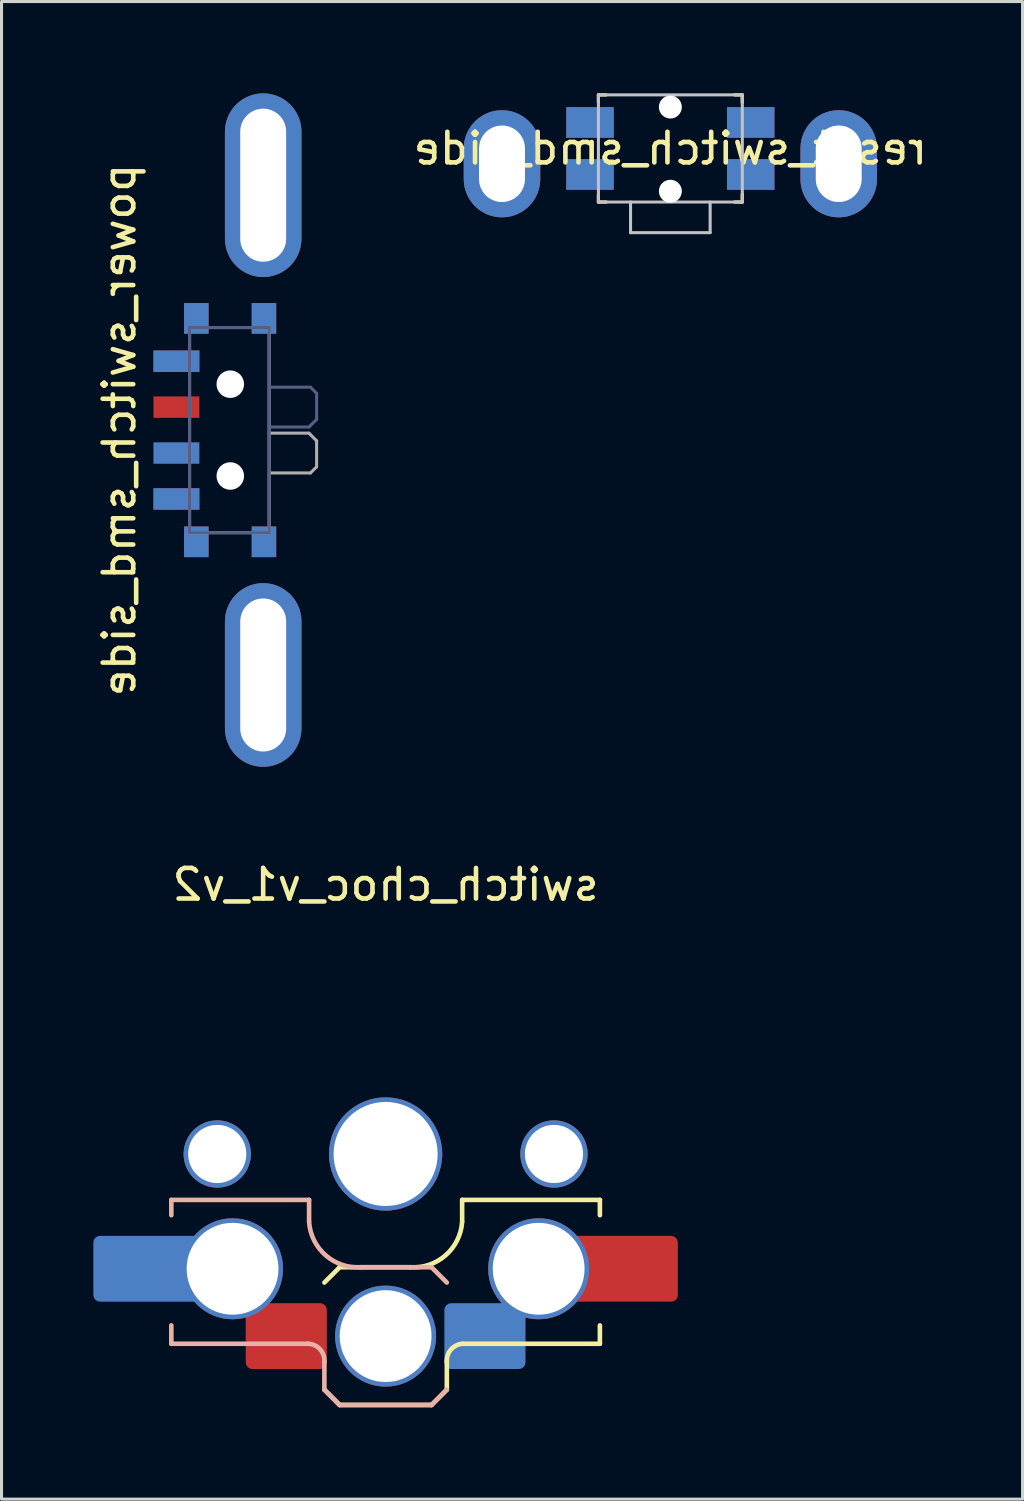
<source format=kicad_pcb>
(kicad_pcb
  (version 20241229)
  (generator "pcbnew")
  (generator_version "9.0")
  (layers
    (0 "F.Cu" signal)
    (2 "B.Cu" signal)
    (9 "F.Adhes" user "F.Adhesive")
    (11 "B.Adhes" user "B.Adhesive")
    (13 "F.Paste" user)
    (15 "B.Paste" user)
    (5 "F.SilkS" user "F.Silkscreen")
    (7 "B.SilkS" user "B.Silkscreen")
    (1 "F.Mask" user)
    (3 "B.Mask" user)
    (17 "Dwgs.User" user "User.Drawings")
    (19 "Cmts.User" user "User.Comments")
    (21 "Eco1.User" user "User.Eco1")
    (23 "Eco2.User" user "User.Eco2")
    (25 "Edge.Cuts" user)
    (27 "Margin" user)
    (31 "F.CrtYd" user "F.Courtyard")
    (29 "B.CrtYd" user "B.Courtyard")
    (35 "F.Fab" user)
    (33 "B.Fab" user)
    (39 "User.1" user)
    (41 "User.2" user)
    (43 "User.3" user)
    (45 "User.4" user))
  (footprint "power_switch_smd_side"
    (layer "F.Cu")
    (at 4.448 11)
    (property "Reference" "power_switch_smd_side" (at -3.6 0 90) (layer "F.SilkS") (effects (font (size 1 1) (thickness 0.15)) (justify mirror)))
    (attr smd exclude_from_pos_files exclude_from_bom)
    (fp_line (start -1.305 -3.35) (end -1.305 3.35) (stroke (width 0.1) (type solid)) (layer "B.Fab"))
    (fp_line (start -1.305 3.35) (end 1.295 3.35) (stroke (width 0.1) (type solid)) (layer "B.Fab"))
    (fp_line (start 1.295 -3.35) (end -1.305 -3.35) (stroke (width 0.1) (type solid)) (layer "B.Fab"))
    (fp_line (start 1.295 -0.1) (end 2.595 -0.1) (stroke (width 0.1) (type solid)) (layer "B.Fab"))
    (fp_line (start 1.295 3.35) (end 1.295 -3.35) (stroke (width 0.1) (type solid)) (layer "B.Fab"))
    (fp_line (start 2.595 -0.1) (end 2.645 -0.15) (stroke (width 0.1) (type solid)) (layer "B.Fab"))
    (fp_line (start 2.645 -1.4) (end 1.345 -1.4) (stroke (width 0.1) (type solid)) (layer "B.Fab"))
    (fp_line (start 2.645 -0.15) (end 2.845 -0.35) (stroke (width 0.1) (type solid)) (layer "B.Fab"))
    (fp_line (start 2.845 -1.2) (end 2.645 -1.4) (stroke (width 0.1) (type solid)) (layer "B.Fab"))
    (fp_line (start 2.845 -0.35) (end 2.845 -1.2) (stroke (width 0.1) (type solid)) (layer "B.Fab"))
    (fp_line (start -1.305 -3.35) (end 1.295 -3.35) (stroke (width 0.1) (type solid)) (layer "F.Fab"))
    (fp_line (start -1.305 3.35) (end -1.305 -3.35) (stroke (width 0.1) (type solid)) (layer "F.Fab"))
    (fp_line (start 1.295 -3.35) (end 1.295 3.35) (stroke (width 0.1) (type solid)) (layer "F.Fab"))
    (fp_line (start 1.295 0.1) (end 2.595 0.1) (stroke (width 0.1) (type solid)) (layer "F.Fab"))
    (fp_line (start 1.295 3.35) (end -1.305 3.35) (stroke (width 0.1) (type solid)) (layer "F.Fab"))
    (fp_line (start 2.595 0.1) (end 2.645 0.15) (stroke (width 0.1) (type solid)) (layer "F.Fab"))
    (fp_line (start 2.645 0.15) (end 2.845 0.35) (stroke (width 0.1) (type solid)) (layer "F.Fab"))
    (fp_line (start 2.645 1.4) (end 1.345 1.4) (stroke (width 0.1) (type solid)) (layer "F.Fab"))
    (fp_line (start 2.845 0.35) (end 2.845 1.2) (stroke (width 0.1) (type solid)) (layer "F.Fab"))
    (fp_line (start 2.845 1.2) (end 2.645 1.4) (stroke (width 0.1) (type solid)) (layer "F.Fab"))
    (pad "" smd rect (at -1.085 -3.65 90) (size 1 0.8) (layers "F.Cu" "F.Mask" "F.Paste"))
    (pad "" smd rect (at -1.085 -3.65 270) (size 1 0.8) (layers "B.Cu" "B.Mask" "B.Paste"))
    (pad "" smd rect (at -1.085 3.65 90) (size 1 0.8) (layers "F.Cu" "F.Mask" "F.Paste"))
    (pad "" smd rect (at -1.085 3.65 270) (size 1 0.8) (layers "B.Cu" "B.Mask" "B.Paste"))
    (pad "" np_thru_hole circle (at 0.025 -1.5 270) (size 0.9 0.9) (drill 0.9) (layers "*.Cu" "*.Mask"))
    (pad "" np_thru_hole circle (at 0.025 1.5 270) (size 0.9 0.9) (drill 0.9) (layers "*.Cu" "*.Mask"))
    (pad "" np_thru_hole oval (at 1.1 -8 180) (size 2.5 6) (drill oval 1.5 5) (layers "*.Cu" "*.Mask"))
    (pad "" np_thru_hole oval (at 1.1 8 180) (size 2.5 6) (drill oval 1.5 5) (layers "*.Cu" "*.Mask"))
    (pad "" smd rect (at 1.125 -3.65 90) (size 1 0.8) (layers "F.Cu" "F.Mask" "F.Paste"))
    (pad "" smd rect (at 1.125 -3.65 270) (size 1 0.8) (layers "B.Cu" "B.Mask" "B.Paste"))
    (pad "" smd rect (at 1.125 3.65 90) (size 1 0.8) (layers "F.Cu" "F.Mask" "F.Paste"))
    (pad "" smd rect (at 1.125 3.65 270) (size 1 0.8) (layers "B.Cu" "B.Mask" "B.Paste"))
    (pad "1" smd rect (at -1.735 -0.75 90) (size 0.7 1.5) (layers "F.Cu" "F.Mask" "F.Paste"))
    (pad "1" smd rect (at -1.735 0.75 270) (size 0.7 1.5) (layers "B.Cu" "B.Mask" "B.Paste"))
    (pad "2" smd rect (at -1.735 -2.25 90) (size 0.7 1.5) (layers "F.Cu" "F.Mask" "F.Paste"))
    (pad "2" smd rect (at -1.735 -2.25 270) (size 0.7 1.5) (layers "B.Cu" "B.Mask" "B.Paste"))
    (pad "3" smd rect (at -1.735 2.25 90) (size 0.7 1.5) (layers "F.Cu" "F.Mask" "F.Paste"))
    (pad "3" smd rect (at -1.735 2.25 270) (size 0.7 1.5) (layers "B.Cu" "B.Mask" "B.Paste")))
  (footprint "reset_switch_smd_side"
    (layer "F.Cu")
    (at 18.849 1.8)
    (property "Reference" "reset_switch_smd_side" (at 0 0 180) (layer "F.SilkS") (effects (font (size 1 1) (thickness 0.15)) (justify mirror)))
    (attr smd exclude_from_pos_files exclude_from_bom)
    (fp_line (start -2.35 -1.75) (end -2.35 -1.5) (stroke (width 0.1) (type solid)) (layer "F.SilkS"))
    (fp_line (start -2.35 -1.75) (end -2.1 -1.75) (stroke (width 0.1) (type solid)) (layer "F.SilkS"))
    (fp_line (start -2.35 1.75) (end -2.35 1.5) (stroke (width 0.1) (type solid)) (layer "F.SilkS"))
    (fp_line (start -2.35 1.75) (end -2.1 1.75) (stroke (width 0.1) (type solid)) (layer "F.SilkS"))
    (fp_line (start 2.35 -1.75) (end 2.1 -1.75) (stroke (width 0.1) (type solid)) (layer "F.SilkS"))
    (fp_line (start 2.35 -1.75) (end 2.35 -1.5) (stroke (width 0.1) (type solid)) (layer "F.SilkS"))
    (fp_line (start 2.35 1.75) (end 2.1 1.75) (stroke (width 0.1) (type solid)) (layer "F.SilkS"))
    (fp_line (start 2.35 1.75) (end 2.35 1.5) (stroke (width 0.1) (type solid)) (layer "F.SilkS"))
    (fp_line (start -2.35 -1.75) (end -2.35 -1.5) (stroke (width 0.1) (type solid)) (layer "B.SilkS"))
    (fp_line (start -2.35 -1.75) (end -2.1 -1.75) (stroke (width 0.1) (type solid)) (layer "B.SilkS"))
    (fp_line (start -2.35 1.75) (end -2.35 1.5) (stroke (width 0.1) (type solid)) (layer "B.SilkS"))
    (fp_line (start -2.35 1.75) (end -2.1 1.75) (stroke (width 0.1) (type solid)) (layer "B.SilkS"))
    (fp_line (start 2.35 -1.75) (end 2.1 -1.75) (stroke (width 0.1) (type solid)) (layer "B.SilkS"))
    (fp_line (start 2.35 -1.75) (end 2.35 -1.5) (stroke (width 0.1) (type solid)) (layer "B.SilkS"))
    (fp_line (start 2.35 1.75) (end 2.1 1.75) (stroke (width 0.1) (type solid)) (layer "B.SilkS"))
    (fp_line (start 2.35 1.75) (end 2.35 1.5) (stroke (width 0.1) (type solid)) (layer "B.SilkS"))
    (fp_line (start -2.35 -1.75) (end -2.35 1.75) (stroke (width 0.1) (type solid)) (layer "Dwgs.User"))
    (fp_line (start -1.3 1.75) (end -1.3 2.75) (stroke (width 0.1) (type solid)) (layer "Dwgs.User"))
    (fp_line (start 1.3 1.75) (end 1.3 2.75) (stroke (width 0.1) (type solid)) (layer "Dwgs.User"))
    (fp_line (start 1.3 2.75) (end -1.3 2.75) (stroke (width 0.1) (type solid)) (layer "Dwgs.User"))
    (fp_line (start 2.35 -1.75) (end -2.35 -1.75) (stroke (width 0.1) (type solid)) (layer "Dwgs.User"))
    (fp_line (start 2.35 -1.75) (end 2.35 1.75) (stroke (width 0.1) (type solid)) (layer "Dwgs.User"))
    (fp_line (start 2.35 1.75) (end -2.35 1.75) (stroke (width 0.1) (type solid)) (layer "Dwgs.User"))
    (pad "" np_thru_hole oval (at -5.5 0.5) (size 2.5 3.5) (drill oval 1.5 2.5) (layers "*.Cu" "*.Mask"))
    (pad "" np_thru_hole circle (at 0 -1.353 180) (size 0.75 0.75) (drill 0.75) (layers "*.Cu" "*.Mask"))
    (pad "" np_thru_hole circle (at 0 1.397 180) (size 0.75 0.75) (drill 0.75) (layers "*.Cu" "*.Mask"))
    (pad "" np_thru_hole oval (at 5.5 0.5) (size 2.5 3.5) (drill oval 1.5 2.5) (layers "*.Cu" "*.Mask"))
    (pad "1" smd rect (at -2.625 -0.85 180) (size 1.55 1) (layers "F.Cu" "F.Mask" "F.Paste"))
    (pad "1" smd rect (at -2.625 -0.85 180) (size 1.55 1) (layers "B.Cu" "B.Mask" "B.Paste"))
    (pad "1" smd rect (at 2.625 -0.85 180) (size 1.55 1) (layers "F.Cu" "F.Mask" "F.Paste"))
    (pad "1" smd rect (at 2.625 -0.85 180) (size 1.55 1) (layers "B.Cu" "B.Mask" "B.Paste"))
    (pad "2" smd rect (at -2.625 0.85 180) (size 1.55 1) (layers "F.Cu" "F.Mask" "F.Paste"))
    (pad "2" smd rect (at -2.625 0.85 180) (size 1.55 1) (layers "B.Cu" "B.Mask" "B.Paste"))
    (pad "2" smd rect (at 2.625 0.85 180) (size 1.55 1) (layers "F.Cu" "F.Mask" "F.Paste"))
    (pad "2" smd rect (at 2.625 0.85 180) (size 1.55 1) (layers "B.Cu" "B.Mask" "B.Paste")))
  (footprint "switch_choc_v1_v2"
    (layer "F.Cu")
    (at 9.547 34.648)
    (property "Reference" "switch_choc_v1_v2" (at 0 -8.8 180) (layer "F.SilkS") (effects (font (size 1 1) (thickness 0.15)) (justify mirror)))
    (attr exclude_from_pos_files exclude_from_bom allow_soldermask_bridges)
    (fp_line (start -2 4.2) (end -1.5 3.7) (stroke (width 0.15) (type solid)) (layer "F.SilkS"))
    (fp_line (start -2 7.7) (end -1.5 8.2) (stroke (width 0.15) (type solid)) (layer "F.SilkS"))
    (fp_line (start -1.5 3.7) (end 0.8 3.7) (stroke (width 0.15) (type solid)) (layer "F.SilkS"))
    (fp_line (start -1.5 8.2) (end 1.5 8.2) (stroke (width 0.15) (type solid)) (layer "F.SilkS"))
    (fp_line (start 1.5 8.2) (end 2 7.7) (stroke (width 0.15) (type solid)) (layer "F.SilkS"))
    (fp_line (start 2 6.78) (end 2 7.7) (stroke (width 0.15) (type solid)) (layer "F.SilkS"))
    (fp_line (start 2.5 1.5) (end 7 1.5) (stroke (width 0.15) (type solid)) (layer "F.SilkS"))
    (fp_line (start 2.5 2.2) (end 2.5 1.5) (stroke (width 0.15) (type solid)) (layer "F.SilkS"))
    (fp_line (start 7 1.5) (end 7 2) (stroke (width 0.15) (type solid)) (layer "F.SilkS"))
    (fp_line (start 7 5.6) (end 7 6.2) (stroke (width 0.15) (type solid)) (layer "F.SilkS"))
    (fp_line (start 7 6.2) (end 2.52 6.2) (stroke (width 0.15) (type solid)) (layer "F.SilkS"))
    (fp_arc (start 2 6.78) (mid 2.139878 6.382304) (end 2.52 6.2) (stroke (width 0.15) (type solid)) (layer "F.SilkS"))
    (fp_arc (start 2.5 2.22) (mid 1.956518 3.312082) (end 0.8 3.7) (stroke (width 0.15) (type solid)) (layer "F.SilkS"))
    (fp_line (start -7 1.5) (end -2.5 1.5) (stroke (width 0.15) (type solid)) (layer "B.SilkS"))
    (fp_line (start -7 2) (end -7 1.5) (stroke (width 0.15) (type solid)) (layer "B.SilkS"))
    (fp_line (start -7 6.2) (end -7 5.6) (stroke (width 0.15) (type solid)) (layer "B.SilkS"))
    (fp_line (start -2.52 6.2) (end -7 6.2) (stroke (width 0.15) (type solid)) (layer "B.SilkS"))
    (fp_line (start -2.5 1.5) (end -2.5 2.2) (stroke (width 0.15) (type solid)) (layer "B.SilkS"))
    (fp_line (start -2 7.7) (end -2 6.78) (stroke (width 0.15) (type solid)) (layer "B.SilkS"))
    (fp_line (start -2 7.7) (end -1.5 8.2) (stroke (width 0.15) (type solid)) (layer "B.SilkS"))
    (fp_line (start -1.5 8.2) (end 1.5 8.2) (stroke (width 0.15) (type solid)) (layer "B.SilkS"))
    (fp_line (start -0.8 3.7) (end 1.5 3.7) (stroke (width 0.15) (type solid)) (layer "B.SilkS"))
    (fp_line (start 1.5 3.7) (end 2 4.2) (stroke (width 0.15) (type solid)) (layer "B.SilkS"))
    (fp_line (start 1.5 8.2) (end 2 7.7) (stroke (width 0.15) (type solid)) (layer "B.SilkS"))
    (fp_arc (start -2.52 6.2) (mid -2.139878 6.382304) (end -2 6.78) (stroke (width 0.15) (type solid)) (layer "B.SilkS"))
    (fp_arc (start -0.8 3.7) (mid -1.956518 3.312082) (end -2.5 2.22) (stroke (width 0.15) (type solid)) (layer "B.SilkS"))
    (pad "" smd roundrect (at -8.248 3.75) (size 2.6 2.15) (layers "B.Mask" "B.Paste") (roundrect_rratio 0.1))
    (pad "" thru_hole circle (at -5.5 0) (size 2.2 2.2) (drill 1.9) (layers "*.Cu" "*.Mask"))
    (pad "" thru_hole circle (at 0 0) (size 3.7 3.7) (drill 3.4) (layers "*.Cu" "*.Mask"))
    (pad "" thru_hole circle (at 0 5.95) (size 3.3 3.3) (drill 3) (layers "*.Cu" "*.Mask"))
    (pad "" thru_hole circle (at 5.5 0) (size 2.2 2.2) (drill 1.9) (layers "*.Cu" "*.Mask"))
    (pad "" smd roundrect (at 8.248 3.75) (size 2.6 2.15) (layers "F.Mask" "F.Paste") (roundrect_rratio 0.1))
    (pad "1" smd roundrect (at 3.245 5.95) (size 2.65 2.15) (layers "B.Cu" "B.Mask" "B.Paste") (roundrect_rratio 0.1))
    (pad "1" thru_hole circle (at 5 3.75 165) (size 3.3 3.3) (drill 3) (layers "*.Cu" "*.Mask"))
    (pad "1" smd roundrect (at 7.647 3.75) (size 3.8 2.15) (layers "F.Cu") (roundrect_rratio 0.1))
    (pad "2" smd roundrect (at -7.647 3.75) (size 3.8 2.15) (layers "B.Cu") (roundrect_rratio 0.1))
    (pad "2" thru_hole circle (at -5 3.75 165) (size 3.3 3.3) (drill 3) (layers "*.Cu" "*.Mask"))
    (pad "2" smd roundrect (at -3.245 5.95) (size 2.65 2.15) (layers "F.Cu" "F.Mask" "F.Paste") (roundrect_rratio 0.1)))
  (gr_rect
    (start -3 -3)
    (end 30.355 45.923)
    (stroke (width 0.1) (type default))
    (fill no)
    (layer "Edge.Cuts")))
</source>
